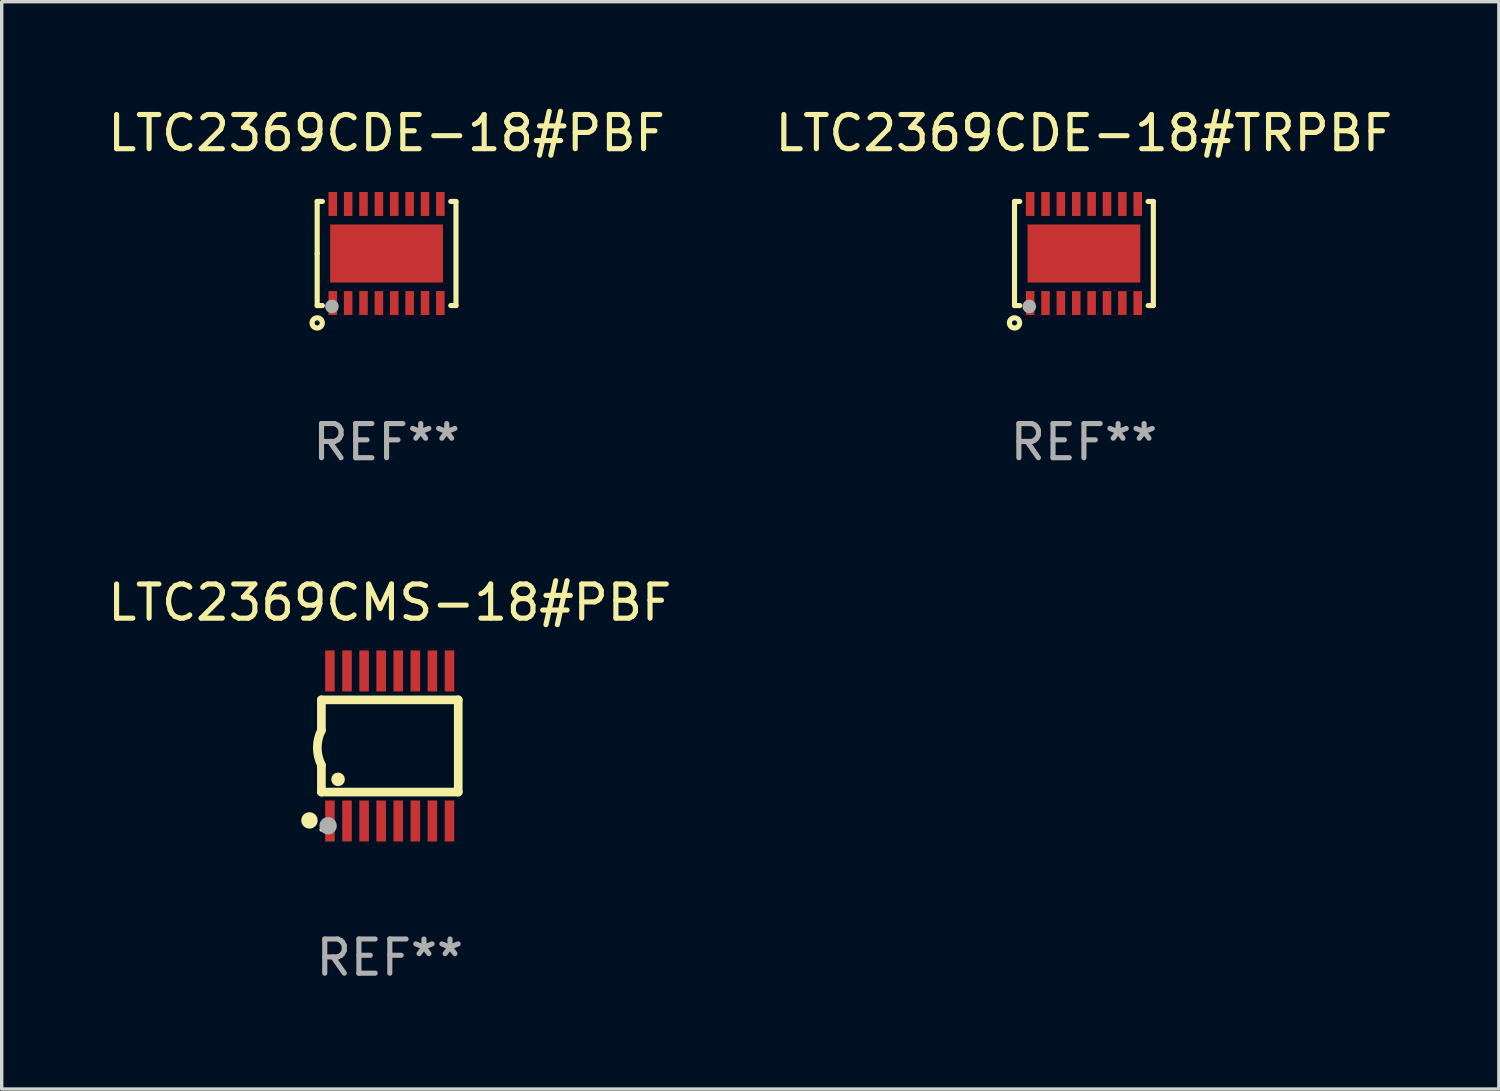
<source format=kicad_pcb>
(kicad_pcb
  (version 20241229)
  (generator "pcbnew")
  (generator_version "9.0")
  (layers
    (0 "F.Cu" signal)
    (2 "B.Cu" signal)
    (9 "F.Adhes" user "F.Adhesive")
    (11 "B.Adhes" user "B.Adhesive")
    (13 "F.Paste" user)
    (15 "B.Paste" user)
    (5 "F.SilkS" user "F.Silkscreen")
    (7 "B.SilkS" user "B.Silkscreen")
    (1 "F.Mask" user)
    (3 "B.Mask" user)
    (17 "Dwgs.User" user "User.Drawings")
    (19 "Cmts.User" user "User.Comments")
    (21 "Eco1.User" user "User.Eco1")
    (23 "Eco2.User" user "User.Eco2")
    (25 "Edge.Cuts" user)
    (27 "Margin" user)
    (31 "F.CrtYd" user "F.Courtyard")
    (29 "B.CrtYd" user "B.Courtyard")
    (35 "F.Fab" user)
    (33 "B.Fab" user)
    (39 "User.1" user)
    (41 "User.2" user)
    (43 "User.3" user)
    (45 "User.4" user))
  (footprint "LTC2369CDE-18#TRPBF"
    (layer "F.Cu")
    (at 28.685 4.372)
    (property "Reference" "LTC2369CDE-18#TRPBF" (at 0 -3.524 0) (layer "F.SilkS") (effects (font (size 1 1) (thickness 0.15))))
    (attr through_hole)
    (fp_line (start -2.032 -1.524) (end -1.879 -1.524) (stroke (width 0.15) (type solid)) (layer "F.SilkS"))
    (fp_line (start -2.032 0) (end -2.032 -1.524) (stroke (width 0.15) (type solid)) (layer "F.SilkS"))
    (fp_line (start -2.032 1.524) (end -2.032 0) (stroke (width 0.15) (type solid)) (layer "F.SilkS"))
    (fp_line (start -1.879 1.524) (end -2.032 1.524) (stroke (width 0.15) (type solid)) (layer "F.SilkS"))
    (fp_line (start 1.879 -1.524) (end 2.032 -1.524) (stroke (width 0.15) (type solid)) (layer "F.SilkS"))
    (fp_line (start 2.032 -1.524) (end 2.032 1.524) (stroke (width 0.15) (type solid)) (layer "F.SilkS"))
    (fp_line (start 2.032 1.524) (end 1.879 1.524) (stroke (width 0.15) (type solid)) (layer "F.SilkS"))
    (fp_circle (center -2.032 2.032) (end -1.882 2.032) (stroke (width 0.15) (type solid)) (fill no) (layer "F.SilkS"))
    (fp_circle (center -2 1.5) (end -1.97 1.5) (stroke (width 0.06) (type solid)) (fill no) (layer "F.SilkS"))
    (fp_circle (center -1.6 1.55) (end -1.5 1.55) (stroke (width 0.2) (type solid)) (fill no) (layer "F.Fab"))
    (fp_text user "REF**" (at 0 5.524 0) (layer "F.Fab") (effects (font (size 1 1) (thickness 0.15))))
    (pad "1" smd rect (at -1.575 1.45 90) (size 0.7 0.25) (layers "F.Cu" "F.Mask" "F.Paste"))
    (pad "2" smd rect (at -1.125 1.45 90) (size 0.7 0.25) (layers "F.Cu" "F.Mask" "F.Paste"))
    (pad "3" smd rect (at -0.675 1.45 90) (size 0.7 0.25) (layers "F.Cu" "F.Mask" "F.Paste"))
    (pad "4" smd rect (at -0.225 1.45 90) (size 0.7 0.25) (layers "F.Cu" "F.Mask" "F.Paste"))
    (pad "5" smd rect (at 0.225 1.45 90) (size 0.7 0.25) (layers "F.Cu" "F.Mask" "F.Paste"))
    (pad "6" smd rect (at 0.675 1.45 90) (size 0.7 0.25) (layers "F.Cu" "F.Mask" "F.Paste"))
    (pad "7" smd rect (at 1.125 1.45 90) (size 0.7 0.25) (layers "F.Cu" "F.Mask" "F.Paste"))
    (pad "8" smd rect (at 1.575 1.45 90) (size 0.7 0.25) (layers "F.Cu" "F.Mask" "F.Paste"))
    (pad "9" smd rect (at 1.575 -1.45 90) (size 0.7 0.25) (layers "F.Cu" "F.Mask" "F.Paste"))
    (pad "10" smd rect (at 1.125 -1.45 90) (size 0.7 0.25) (layers "F.Cu" "F.Mask" "F.Paste"))
    (pad "11" smd rect (at 0.675 -1.45 90) (size 0.7 0.25) (layers "F.Cu" "F.Mask" "F.Paste"))
    (pad "12" smd rect (at 0.225 -1.45 90) (size 0.7 0.25) (layers "F.Cu" "F.Mask" "F.Paste"))
    (pad "13" smd rect (at -0.225 -1.45 90) (size 0.7 0.25) (layers "F.Cu" "F.Mask" "F.Paste"))
    (pad "14" smd rect (at -0.675 -1.45 90) (size 0.7 0.25) (layers "F.Cu" "F.Mask" "F.Paste"))
    (pad "15" smd rect (at -1.125 -1.45 90) (size 0.7 0.25) (layers "F.Cu" "F.Mask" "F.Paste"))
    (pad "16" smd rect (at -1.575 -1.45 90) (size 0.7 0.25) (layers "F.Cu" "F.Mask" "F.Paste"))
    (pad "17" smd rect (at 0.000127 0 90) (size 1.7 3.3) (layers "F.Cu" "F.Mask" "F.Paste")))
  (footprint "LTC2369CDE-18#PBF"
    (layer "F.Cu")
    (at 8.268 4.372)
    (property "Reference" "LTC2369CDE-18#PBF" (at 0 -3.524 0) (layer "F.SilkS") (effects (font (size 1 1) (thickness 0.15))))
    (attr through_hole)
    (fp_line (start -2.032 -1.524) (end -1.879 -1.524) (stroke (width 0.15) (type solid)) (layer "F.SilkS"))
    (fp_line (start -2.032 0) (end -2.032 -1.524) (stroke (width 0.15) (type solid)) (layer "F.SilkS"))
    (fp_line (start -2.032 1.524) (end -2.032 0) (stroke (width 0.15) (type solid)) (layer "F.SilkS"))
    (fp_line (start -1.879 1.524) (end -2.032 1.524) (stroke (width 0.15) (type solid)) (layer "F.SilkS"))
    (fp_line (start 1.879 -1.524) (end 2.032 -1.524) (stroke (width 0.15) (type solid)) (layer "F.SilkS"))
    (fp_line (start 2.032 -1.524) (end 2.032 1.524) (stroke (width 0.15) (type solid)) (layer "F.SilkS"))
    (fp_line (start 2.032 1.524) (end 1.879 1.524) (stroke (width 0.15) (type solid)) (layer "F.SilkS"))
    (fp_circle (center -2.032 2.032) (end -1.882 2.032) (stroke (width 0.15) (type solid)) (fill no) (layer "F.SilkS"))
    (fp_circle (center -2 1.5) (end -1.97 1.5) (stroke (width 0.06) (type solid)) (fill no) (layer "F.SilkS"))
    (fp_circle (center -1.6 1.55) (end -1.5 1.55) (stroke (width 0.2) (type solid)) (fill no) (layer "F.Fab"))
    (fp_text user "REF**" (at 0 5.524 0) (layer "F.Fab") (effects (font (size 1 1) (thickness 0.15))))
    (pad "1" smd rect (at -1.575 1.45 90) (size 0.7 0.25) (layers "F.Cu" "F.Mask" "F.Paste"))
    (pad "2" smd rect (at -1.125 1.45 90) (size 0.7 0.25) (layers "F.Cu" "F.Mask" "F.Paste"))
    (pad "3" smd rect (at -0.675 1.45 90) (size 0.7 0.25) (layers "F.Cu" "F.Mask" "F.Paste"))
    (pad "4" smd rect (at -0.225 1.45 90) (size 0.7 0.25) (layers "F.Cu" "F.Mask" "F.Paste"))
    (pad "5" smd rect (at 0.225 1.45 90) (size 0.7 0.25) (layers "F.Cu" "F.Mask" "F.Paste"))
    (pad "6" smd rect (at 0.675 1.45 90) (size 0.7 0.25) (layers "F.Cu" "F.Mask" "F.Paste"))
    (pad "7" smd rect (at 1.125 1.45 90) (size 0.7 0.25) (layers "F.Cu" "F.Mask" "F.Paste"))
    (pad "8" smd rect (at 1.575 1.45 90) (size 0.7 0.25) (layers "F.Cu" "F.Mask" "F.Paste"))
    (pad "9" smd rect (at 1.575 -1.45 90) (size 0.7 0.25) (layers "F.Cu" "F.Mask" "F.Paste"))
    (pad "10" smd rect (at 1.125 -1.45 90) (size 0.7 0.25) (layers "F.Cu" "F.Mask" "F.Paste"))
    (pad "11" smd rect (at 0.675 -1.45 90) (size 0.7 0.25) (layers "F.Cu" "F.Mask" "F.Paste"))
    (pad "12" smd rect (at 0.225 -1.45 90) (size 0.7 0.25) (layers "F.Cu" "F.Mask" "F.Paste"))
    (pad "13" smd rect (at -0.225 -1.45 90) (size 0.7 0.25) (layers "F.Cu" "F.Mask" "F.Paste"))
    (pad "14" smd rect (at -0.675 -1.45 90) (size 0.7 0.25) (layers "F.Cu" "F.Mask" "F.Paste"))
    (pad "15" smd rect (at -1.125 -1.45 90) (size 0.7 0.25) (layers "F.Cu" "F.Mask" "F.Paste"))
    (pad "16" smd rect (at -1.575 -1.45 90) (size 0.7 0.25) (layers "F.Cu" "F.Mask" "F.Paste"))
    (pad "17" smd rect (at 0.000127 0 90) (size 1.7 3.3) (layers "F.Cu" "F.Mask" "F.Paste")))
  (footprint "LTC2369CMS-18#PBF"
    (layer "F.Cu")
    (at 8.363 18.79)
    (property "Reference" "LTC2369CMS-18#PBF" (at 0 -4.197 0) (layer "F.SilkS") (effects (font (size 1 1) (thickness 0.15))))
    (attr through_hole)
    (fp_line (start -2.003 -1.35) (end -2.003 -0.457) (stroke (width 0.254) (type solid)) (layer "F.SilkS"))
    (fp_line (start -2.003 -1.35) (end 2.003 -1.35) (stroke (width 0.254) (type solid)) (layer "F.SilkS"))
    (fp_line (start -2.003 1.35) (end -2.003 0.559) (stroke (width 0.254) (type solid)) (layer "F.SilkS"))
    (fp_line (start -2.003 1.35) (end 2.003 1.35) (stroke (width 0.254) (type solid)) (layer "F.SilkS"))
    (fp_line (start 2.003 -1.35) (end 2.003 1.35) (stroke (width 0.254) (type solid)) (layer "F.SilkS"))
    (fp_arc (start -2.002286 0.558802) (mid -2.122556 0.05092) (end -2.003302 -0.457201) (stroke (width 0.254001) (type solid)) (layer "F.SilkS"))
    (fp_circle (center -2.353 2.18) (end -2.233 2.18) (stroke (width 0.24) (type solid)) (fill no) (layer "F.SilkS"))
    (fp_circle (center -2.003 2.45) (end -1.973 2.45) (stroke (width 0.06) (type solid)) (fill no) (layer "F.SilkS"))
    (fp_circle (center -1.515 0.978) (end -1.415 0.978) (stroke (width 0.2) (type solid)) (fill no) (layer "F.SilkS"))
    (fp_circle (center -1.807 2.337) (end -1.68 2.337) (stroke (width 0.254) (type solid)) (fill no) (layer "F.Fab"))
    (fp_text user "REF**" (at 0 6.197 0) (layer "F.Fab") (effects (font (size 1 1) (thickness 0.15))))
    (pad "1" smd rect (at -1.753 2.197 90) (size 1.2 0.28) (layers "F.Cu" "F.Mask" "F.Paste"))
    (pad "2" smd rect (at -1.253 2.197 90) (size 1.2 0.28) (layers "F.Cu" "F.Mask" "F.Paste"))
    (pad "3" smd rect (at -0.753 2.197 90) (size 1.2 0.28) (layers "F.Cu" "F.Mask" "F.Paste"))
    (pad "4" smd rect (at -0.253 2.197 90) (size 1.2 0.28) (layers "F.Cu" "F.Mask" "F.Paste"))
    (pad "5" smd rect (at 0.247 2.197 90) (size 1.2 0.28) (layers "F.Cu" "F.Mask" "F.Paste"))
    (pad "6" smd rect (at 0.747 2.197 90) (size 1.2 0.28) (layers "F.Cu" "F.Mask" "F.Paste"))
    (pad "7" smd rect (at 1.247 2.197 90) (size 1.2 0.28) (layers "F.Cu" "F.Mask" "F.Paste"))
    (pad "8" smd rect (at 1.747 2.197 90) (size 1.2 0.28) (layers "F.Cu" "F.Mask" "F.Paste"))
    (pad "9" smd rect (at 1.747 -2.197 90) (size 1.2 0.28) (layers "F.Cu" "F.Mask" "F.Paste"))
    (pad "10" smd rect (at 1.247 -2.197 90) (size 1.2 0.28) (layers "F.Cu" "F.Mask" "F.Paste"))
    (pad "11" smd rect (at 0.747 -2.197 90) (size 1.2 0.28) (layers "F.Cu" "F.Mask" "F.Paste"))
    (pad "12" smd rect (at 0.247 -2.197 90) (size 1.2 0.28) (layers "F.Cu" "F.Mask" "F.Paste"))
    (pad "13" smd rect (at -0.253 -2.197 90) (size 1.2 0.28) (layers "F.Cu" "F.Mask" "F.Paste"))
    (pad "14" smd rect (at -0.753 -2.197 90) (size 1.2 0.28) (layers "F.Cu" "F.Mask" "F.Paste"))
    (pad "15" smd rect (at -1.253 -2.197 90) (size 1.2 0.28) (layers "F.Cu" "F.Mask" "F.Paste"))
    (pad "16" smd rect (at -1.753 -2.197 90) (size 1.2 0.28) (layers "F.Cu" "F.Mask" "F.Paste")))
  (gr_rect
    (start -3 -3)
    (end 40.833 28.835)
    (stroke (width 0.1) (type default))
    (fill no)
    (layer "Edge.Cuts")))
</source>
